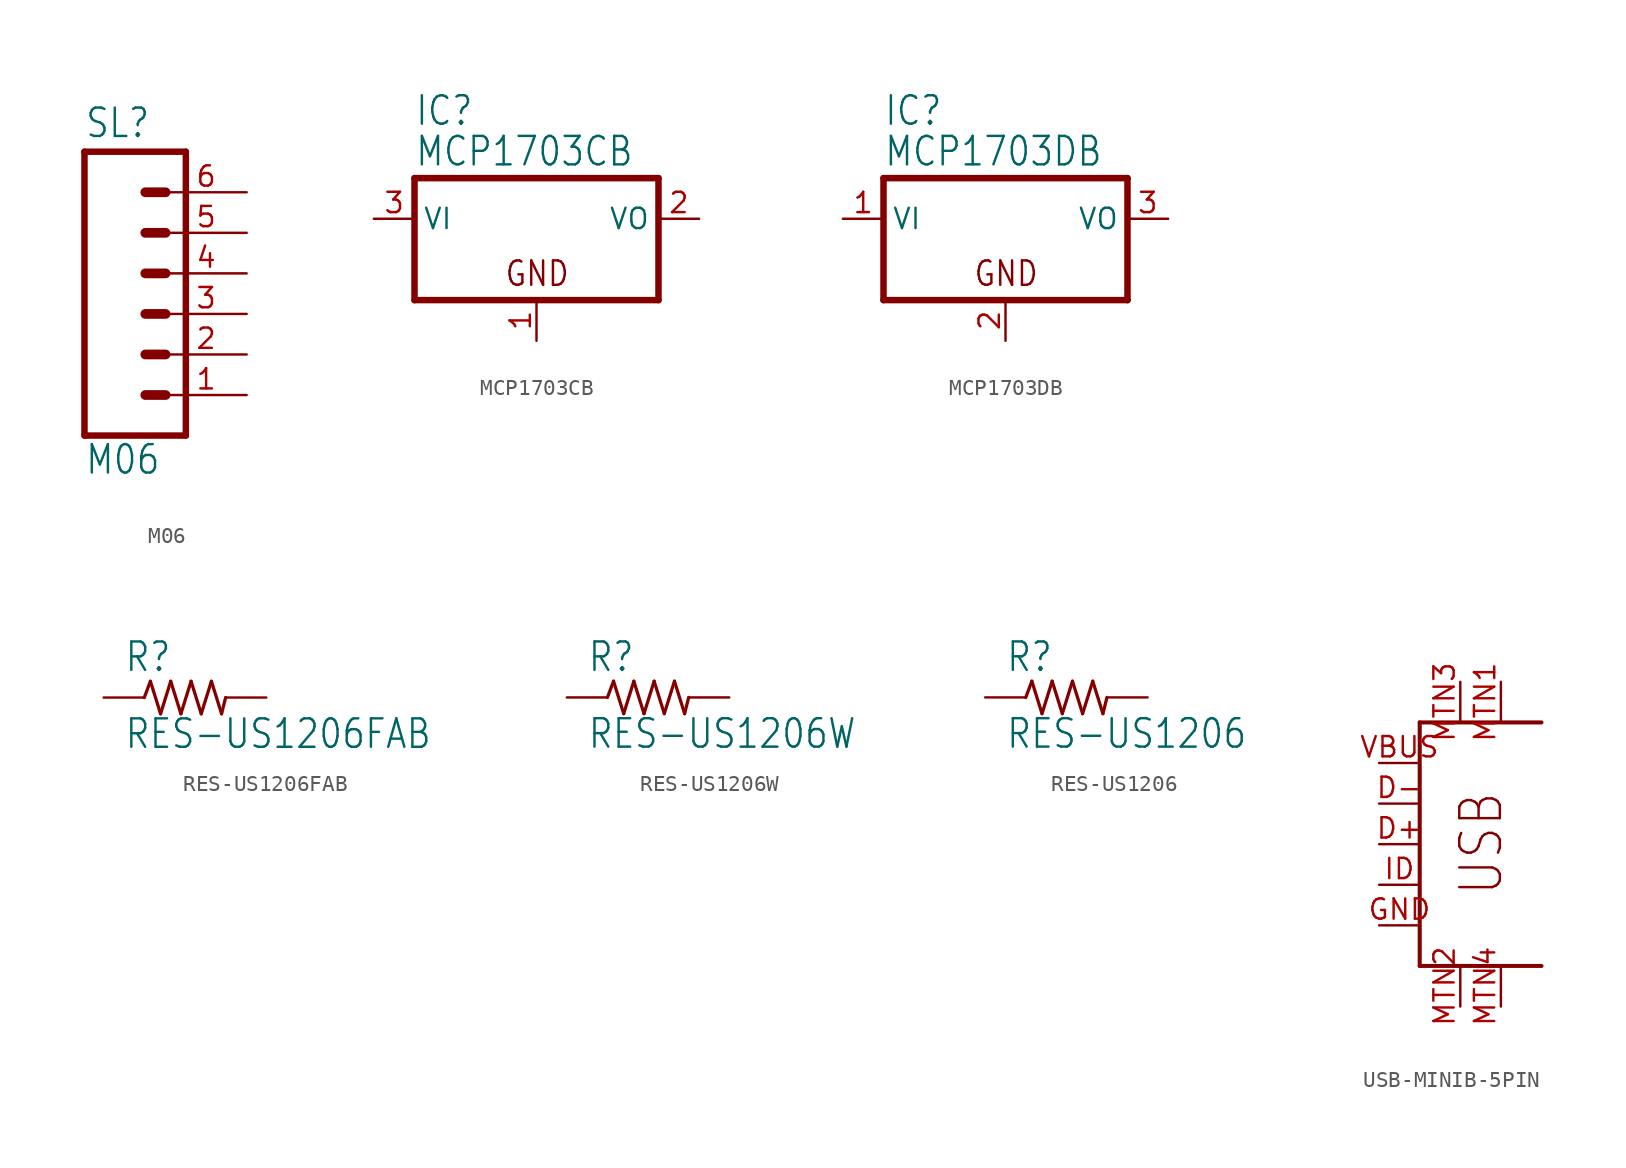
<source format=kicad_sym>
(kicad_symbol_lib
  (version 20211014)
  (generator kicad_symbol_editor)
  (symbol "M06"
    (property "Reference" "SL"
      (at -5.08 10.922 0)
      (effects (font (size 1.778 1.511)) (justify left bottom)))
    (property "Value" "M06"
      (at -5.08 -10.16 0)
      (effects (font (size 1.778 1.511)) (justify left bottom)))
    (property "ki_locked" ""
      (at 0 0 0)
      (effects (font (size 1.27 1.27))))
    (symbol "M06_1_0"
      (polyline (pts (xy -5.08 10.16) (xy -5.08 -7.62)) (stroke (width 0.406) (type default) (color 0 0 0 0)) (fill (type none)))
      (polyline (pts (xy -5.08 10.16) (xy 1.27 10.16)) (stroke (width 0.406) (type default) (color 0 0 0 0)) (fill (type none)))
      (polyline (pts (xy -1.27 -5.08) (xy 0 -5.08)) (stroke (width 0.61) (type default) (color 0 0 0 0)) (fill (type none)))
      (polyline (pts (xy -1.27 -2.54) (xy 0 -2.54)) (stroke (width 0.61) (type default) (color 0 0 0 0)) (fill (type none)))
      (polyline (pts (xy -1.27 0) (xy 0 0)) (stroke (width 0.61) (type default) (color 0 0 0 0)) (fill (type none)))
      (polyline (pts (xy -1.27 2.54) (xy 0 2.54)) (stroke (width 0.61) (type default) (color 0 0 0 0)) (fill (type none)))
      (polyline (pts (xy -1.27 5.08) (xy 0 5.08)) (stroke (width 0.61) (type default) (color 0 0 0 0)) (fill (type none)))
      (polyline (pts (xy -1.27 7.62) (xy 0 7.62)) (stroke (width 0.61) (type default) (color 0 0 0 0)) (fill (type none)))
      (polyline (pts (xy 1.27 -7.62) (xy -5.08 -7.62)) (stroke (width 0.406) (type default) (color 0 0 0 0)) (fill (type none)))
      (polyline (pts (xy 1.27 -7.62) (xy 1.27 10.16)) (stroke (width 0.406) (type default) (color 0 0 0 0)) (fill (type none)))
      (pin passive line (at 5.08 -5.08 180) (length 5.08) (name "1" (effects (font (size 0 0)))) (number "1" (effects (font (size 1.27 1.27)))))
      (pin passive line (at 5.08 -2.54 180) (length 5.08) (name "2" (effects (font (size 0 0)))) (number "2" (effects (font (size 1.27 1.27)))))
      (pin passive line (at 5.08 0 180) (length 5.08) (name "3" (effects (font (size 0 0)))) (number "3" (effects (font (size 1.27 1.27)))))
      (pin passive line (at 5.08 2.54 180) (length 5.08) (name "4" (effects (font (size 0 0)))) (number "4" (effects (font (size 1.27 1.27)))))
      (pin passive line (at 5.08 5.08 180) (length 5.08) (name "5" (effects (font (size 0 0)))) (number "5" (effects (font (size 1.27 1.27)))))
      (pin passive line (at 5.08 7.62 180) (length 5.08) (name "6" (effects (font (size 0 0)))) (number "6" (effects (font (size 1.27 1.27)))))))
  (symbol "MCP1703CB"
    (property "Reference" "IC"
      (at -7.62 5.715 0)
      (effects (font (size 1.778 1.511)) (justify left bottom)))
    (property "Value" "MCP1703CB"
      (at -7.62 3.175 0)
      (effects (font (size 1.778 1.511)) (justify left bottom)))
    (property "ki_locked" ""
      (at 0 0 0)
      (effects (font (size 1.27 1.27))))
    (symbol "MCP1703CB_1_0"
      (polyline (pts (xy -7.62 -5.08) (xy 7.62 -5.08)) (stroke (width 0.406) (type default) (color 0 0 0 0)) (fill (type none)))
      (polyline (pts (xy -7.62 2.54) (xy -7.62 -5.08)) (stroke (width 0.406) (type default) (color 0 0 0 0)) (fill (type none)))
      (polyline (pts (xy 7.62 -5.08) (xy 7.62 2.54)) (stroke (width 0.406) (type default) (color 0 0 0 0)) (fill (type none)))
      (polyline (pts (xy 7.62 2.54) (xy -7.62 2.54)) (stroke (width 0.406) (type default) (color 0 0 0 0)) (fill (type none)))
      (text "GND" (at -2.032 -4.318 0) (effects (font (size 1.524 1.295)) (justify left bottom)))
      (pin passive line (at 0 -7.62 90) (length 2.54) (name "GND" (effects (font (size 0 0)))) (number "1" (effects (font (size 1.27 1.27)))))
      (pin passive line (at 10.16 0 180) (length 2.54) (name "VO" (effects (font (size 1.27 1.27)))) (number "2" (effects (font (size 1.27 1.27)))))
      (pin input line (at -10.16 0 0) (length 2.54) (name "VI" (effects (font (size 1.27 1.27)))) (number "3" (effects (font (size 1.27 1.27)))))))
  (symbol "MCP1703DB"
    (property "Reference" "IC"
      (at -7.62 5.715 0)
      (effects (font (size 1.778 1.511)) (justify left bottom)))
    (property "Value" "MCP1703DB"
      (at -7.62 3.175 0)
      (effects (font (size 1.778 1.511)) (justify left bottom)))
    (property "ki_locked" ""
      (at 0 0 0)
      (effects (font (size 1.27 1.27))))
    (symbol "MCP1703DB_1_0"
      (polyline (pts (xy -7.62 -5.08) (xy 7.62 -5.08)) (stroke (width 0.406) (type default) (color 0 0 0 0)) (fill (type none)))
      (polyline (pts (xy -7.62 2.54) (xy -7.62 -5.08)) (stroke (width 0.406) (type default) (color 0 0 0 0)) (fill (type none)))
      (polyline (pts (xy 7.62 -5.08) (xy 7.62 2.54)) (stroke (width 0.406) (type default) (color 0 0 0 0)) (fill (type none)))
      (polyline (pts (xy 7.62 2.54) (xy -7.62 2.54)) (stroke (width 0.406) (type default) (color 0 0 0 0)) (fill (type none)))
      (text "GND" (at -2.032 -4.318 0) (effects (font (size 1.524 1.295)) (justify left bottom)))
      (pin input line (at -10.16 0 0) (length 2.54) (name "VI" (effects (font (size 1.27 1.27)))) (number "1" (effects (font (size 1.27 1.27)))))
      (pin passive line (at 0 -7.62 90) (length 2.54) (name "GND" (effects (font (size 0 0)))) (number "2" (effects (font (size 1.27 1.27)))))
      (pin passive line (at 10.16 0 180) (length 2.54) (name "VO" (effects (font (size 1.27 1.27)))) (number "3" (effects (font (size 1.27 1.27)))))))
  (symbol "RES-US1206FAB"
    (property "Reference" "R"
      (at -3.81 1.499 0)
      (effects (font (size 1.778 1.511)) (justify left bottom)))
    (property "Value" "RES-US1206FAB"
      (at -3.81 -3.302 0)
      (effects (font (size 1.778 1.511)) (justify left bottom)))
    (property "ki_locked" ""
      (at 0 0 0)
      (effects (font (size 1.27 1.27))))
    (symbol "RES-US1206FAB_1_0"
      (polyline (pts (xy -2.54 0) (xy -2.159 1.016)) (stroke (width 0.203) (type default) (color 0 0 0 0)) (fill (type none)))
      (polyline (pts (xy -2.159 1.016) (xy -1.524 -1.016)) (stroke (width 0.203) (type default) (color 0 0 0 0)) (fill (type none)))
      (polyline (pts (xy -1.524 -1.016) (xy -0.889 1.016)) (stroke (width 0.203) (type default) (color 0 0 0 0)) (fill (type none)))
      (polyline (pts (xy -0.889 1.016) (xy -0.254 -1.016)) (stroke (width 0.203) (type default) (color 0 0 0 0)) (fill (type none)))
      (polyline (pts (xy -0.254 -1.016) (xy 0.381 1.016)) (stroke (width 0.203) (type default) (color 0 0 0 0)) (fill (type none)))
      (polyline (pts (xy 0.381 1.016) (xy 1.016 -1.016)) (stroke (width 0.203) (type default) (color 0 0 0 0)) (fill (type none)))
      (polyline (pts (xy 1.016 -1.016) (xy 1.651 1.016)) (stroke (width 0.203) (type default) (color 0 0 0 0)) (fill (type none)))
      (polyline (pts (xy 1.651 1.016) (xy 2.286 -1.016)) (stroke (width 0.203) (type default) (color 0 0 0 0)) (fill (type none)))
      (polyline (pts (xy 2.286 -1.016) (xy 2.54 0)) (stroke (width 0.203) (type default) (color 0 0 0 0)) (fill (type none)))
      (pin passive line (at -5.08 0 0) (length 2.54) (name "1" (effects (font (size 0 0)))) (number "1" (effects (font (size 0 0)))))
      (pin passive line (at 5.08 0 180) (length 2.54) (name "2" (effects (font (size 0 0)))) (number "2" (effects (font (size 0 0)))))))
  (symbol "RES-US1206W"
    (property "Reference" "R"
      (at -3.81 1.499 0)
      (effects (font (size 1.778 1.511)) (justify left bottom)))
    (property "Value" "RES-US1206W"
      (at -3.81 -3.302 0)
      (effects (font (size 1.778 1.511)) (justify left bottom)))
    (property "ki_locked" ""
      (at 0 0 0)
      (effects (font (size 1.27 1.27))))
    (symbol "RES-US1206W_1_0"
      (polyline (pts (xy -2.54 0) (xy -2.159 1.016)) (stroke (width 0.203) (type default) (color 0 0 0 0)) (fill (type none)))
      (polyline (pts (xy -2.159 1.016) (xy -1.524 -1.016)) (stroke (width 0.203) (type default) (color 0 0 0 0)) (fill (type none)))
      (polyline (pts (xy -1.524 -1.016) (xy -0.889 1.016)) (stroke (width 0.203) (type default) (color 0 0 0 0)) (fill (type none)))
      (polyline (pts (xy -0.889 1.016) (xy -0.254 -1.016)) (stroke (width 0.203) (type default) (color 0 0 0 0)) (fill (type none)))
      (polyline (pts (xy -0.254 -1.016) (xy 0.381 1.016)) (stroke (width 0.203) (type default) (color 0 0 0 0)) (fill (type none)))
      (polyline (pts (xy 0.381 1.016) (xy 1.016 -1.016)) (stroke (width 0.203) (type default) (color 0 0 0 0)) (fill (type none)))
      (polyline (pts (xy 1.016 -1.016) (xy 1.651 1.016)) (stroke (width 0.203) (type default) (color 0 0 0 0)) (fill (type none)))
      (polyline (pts (xy 1.651 1.016) (xy 2.286 -1.016)) (stroke (width 0.203) (type default) (color 0 0 0 0)) (fill (type none)))
      (polyline (pts (xy 2.286 -1.016) (xy 2.54 0)) (stroke (width 0.203) (type default) (color 0 0 0 0)) (fill (type none)))
      (pin passive line (at -5.08 0 0) (length 2.54) (name "1" (effects (font (size 0 0)))) (number "1" (effects (font (size 0 0)))))
      (pin passive line (at 5.08 0 180) (length 2.54) (name "2" (effects (font (size 0 0)))) (number "2" (effects (font (size 0 0)))))))
  (symbol "RES-US1206"
    (property "Reference" "R"
      (at -3.81 1.499 0)
      (effects (font (size 1.778 1.511)) (justify left bottom)))
    (property "Value" "RES-US1206"
      (at -3.81 -3.302 0)
      (effects (font (size 1.778 1.511)) (justify left bottom)))
    (property "ki_locked" ""
      (at 0 0 0)
      (effects (font (size 1.27 1.27))))
    (symbol "RES-US1206_1_0"
      (polyline (pts (xy -2.54 0) (xy -2.159 1.016)) (stroke (width 0.203) (type default) (color 0 0 0 0)) (fill (type none)))
      (polyline (pts (xy -2.159 1.016) (xy -1.524 -1.016)) (stroke (width 0.203) (type default) (color 0 0 0 0)) (fill (type none)))
      (polyline (pts (xy -1.524 -1.016) (xy -0.889 1.016)) (stroke (width 0.203) (type default) (color 0 0 0 0)) (fill (type none)))
      (polyline (pts (xy -0.889 1.016) (xy -0.254 -1.016)) (stroke (width 0.203) (type default) (color 0 0 0 0)) (fill (type none)))
      (polyline (pts (xy -0.254 -1.016) (xy 0.381 1.016)) (stroke (width 0.203) (type default) (color 0 0 0 0)) (fill (type none)))
      (polyline (pts (xy 0.381 1.016) (xy 1.016 -1.016)) (stroke (width 0.203) (type default) (color 0 0 0 0)) (fill (type none)))
      (polyline (pts (xy 1.016 -1.016) (xy 1.651 1.016)) (stroke (width 0.203) (type default) (color 0 0 0 0)) (fill (type none)))
      (polyline (pts (xy 1.651 1.016) (xy 2.286 -1.016)) (stroke (width 0.203) (type default) (color 0 0 0 0)) (fill (type none)))
      (polyline (pts (xy 2.286 -1.016) (xy 2.54 0)) (stroke (width 0.203) (type default) (color 0 0 0 0)) (fill (type none)))
      (pin passive line (at -5.08 0 0) (length 2.54) (name "1" (effects (font (size 0 0)))) (number "1" (effects (font (size 0 0)))))
      (pin passive line (at 5.08 0 180) (length 2.54) (name "2" (effects (font (size 0 0)))) (number "2" (effects (font (size 0 0)))))))
  (symbol "USB-MINIB-5PIN"
    (property "Reference" ""
      (at 0 0 0)
      (effects (font (size 1.27 1.27)) hide))
    (property "ki_locked" ""
      (at 0 0 0)
      (effects (font (size 1.27 1.27))))
    (symbol "USB-MINIB-5PIN_1_0"
      (polyline (pts (xy 0 -2.54) (xy 7.62 -2.54)) (stroke (width 0.254) (type default) (color 0 0 0 0)) (fill (type none)))
      (polyline (pts (xy 0 12.7) (xy 0 -2.54)) (stroke (width 0.254) (type default) (color 0 0 0 0)) (fill (type none)))
      (polyline (pts (xy 7.62 12.7) (xy 0 12.7)) (stroke (width 0.254) (type default) (color 0 0 0 0)) (fill (type none)))
      (text "USB" (at 5.334 1.778 900) (effects (font (size 2.54 2.159)) (justify left bottom)))
      (pin bidirectional line (at -2.54 5.08 0) (length 2.54) (name "D+" (effects (font (size 0 0)))) (number "D+" (effects (font (size 1.27 1.27)))))
      (pin bidirectional line (at -2.54 7.62 0) (length 2.54) (name "D-" (effects (font (size 0 0)))) (number "D-" (effects (font (size 1.27 1.27)))))
      (pin bidirectional line (at -2.54 0 0) (length 2.54) (name "GND" (effects (font (size 0 0)))) (number "GND" (effects (font (size 1.27 1.27)))))
      (pin bidirectional line (at -2.54 2.54 0) (length 2.54) (name "ID" (effects (font (size 0 0)))) (number "ID" (effects (font (size 1.27 1.27)))))
      (pin bidirectional line (at 5.08 15.24 270) (length 2.54) (name "MTN2" (effects (font (size 0 0)))) (number "MTN1" (effects (font (size 1.27 1.27)))))
      (pin bidirectional line (at 2.54 -5.08 90) (length 2.54) (name "MTN3" (effects (font (size 0 0)))) (number "MTN2" (effects (font (size 1.27 1.27)))))
      (pin bidirectional line (at 2.54 15.24 270) (length 2.54) (name "MTN1" (effects (font (size 0 0)))) (number "MTN3" (effects (font (size 1.27 1.27)))))
      (pin bidirectional line (at 5.08 -5.08 90) (length 2.54) (name "MTN4" (effects (font (size 0 0)))) (number "MTN4" (effects (font (size 1.27 1.27)))))
      (pin bidirectional line (at -2.54 10.16 0) (length 2.54) (name "VBUS" (effects (font (size 0 0)))) (number "VBUS" (effects (font (size 1.27 1.27))))))))
</source>
